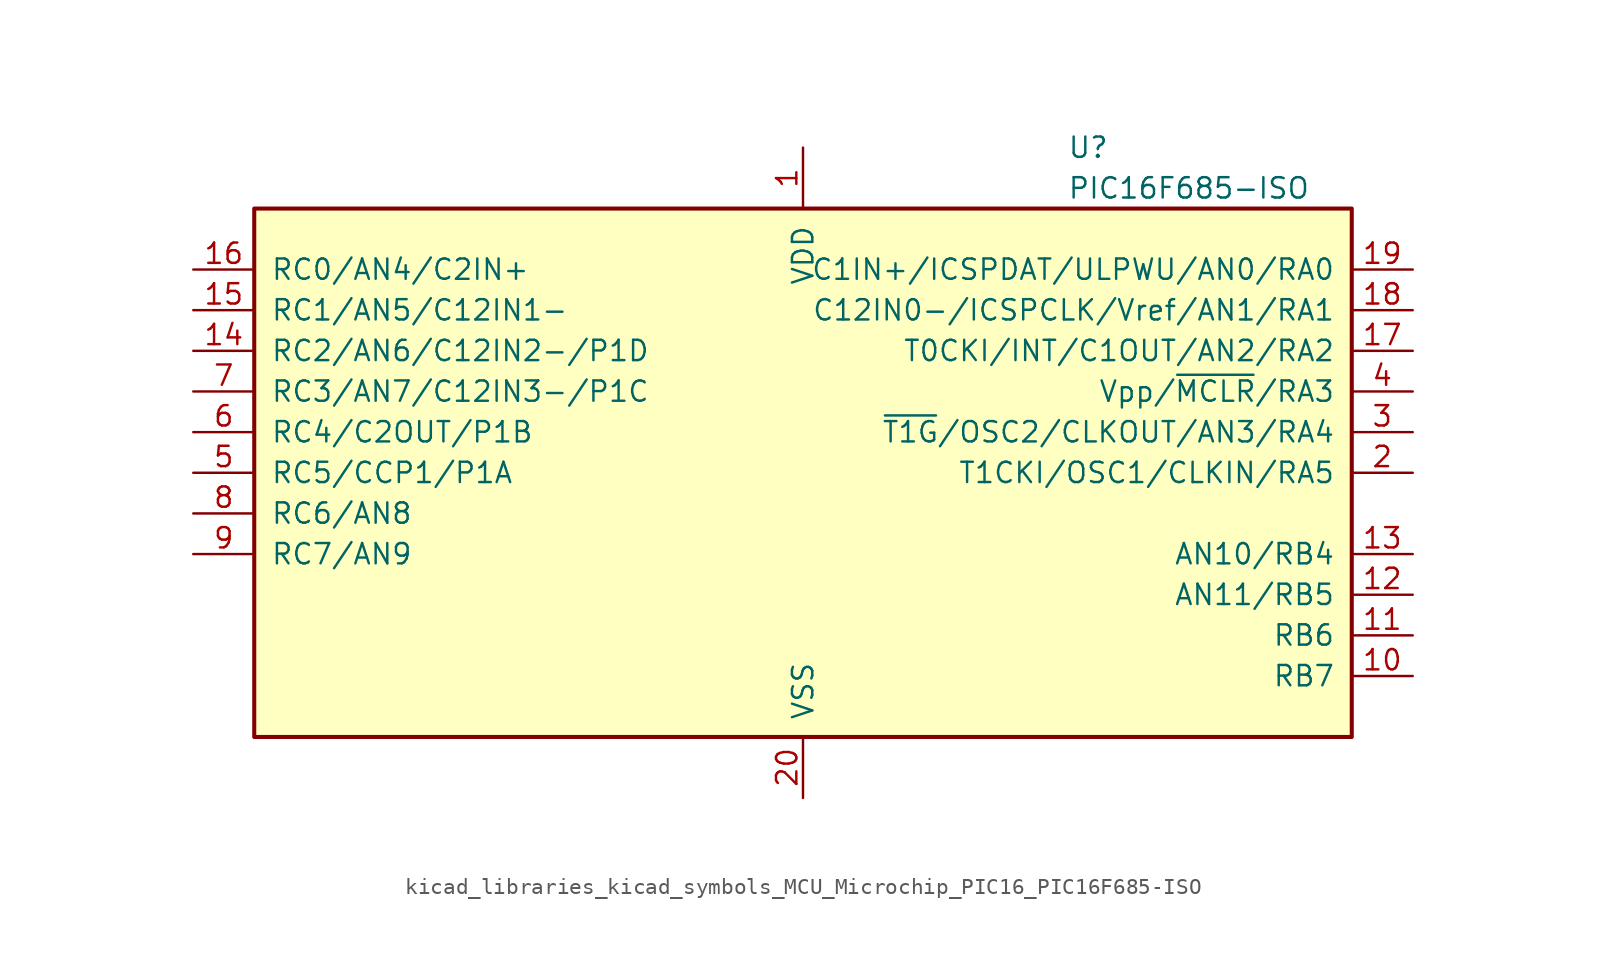
<source format=kicad_sym>
(kicad_symbol_lib
  (version 20220914)
  (generator kicad_symbol_editor)
  (symbol "kicad_libraries_kicad_symbols_MCU_Microchip_PIC16_PIC16F685-ISO"
    (pin_names
      (offset 1.016))
    (property "Reference" "U"
      (at 16.51 20.32 0)
      (effects (font (size 1.27 1.27)) (justify left)))
    (property "Value" "PIC16F685-ISO"
      (at 16.51 17.78 0)
      (effects (font (size 1.27 1.27)) (justify left)))
    (symbol "kicad_libraries_kicad_symbols_MCU_Microchip_PIC16_PIC16F685-ISO_0_1"
      (rectangle (start -34.29 16.51) (end 34.29 -16.51) (stroke (width 0.254) (type default)) (fill (type background))))
    (symbol "kicad_libraries_kicad_symbols_MCU_Microchip_PIC16_PIC16F685-ISO_1_1"
      (pin power_in line (at 0 20.32 270) (length 3.81) (name "VDD" (effects (font (size 1.27 1.27)))) (number "1" (effects (font (size 1.27 1.27)))))
      (pin bidirectional line (at 38.1 -12.7 180) (length 3.81) (name "RB7" (effects (font (size 1.27 1.27)))) (number "10" (effects (font (size 1.27 1.27)))))
      (pin bidirectional line (at 38.1 -10.16 180) (length 3.81) (name "RB6" (effects (font (size 1.27 1.27)))) (number "11" (effects (font (size 1.27 1.27)))))
      (pin bidirectional line (at 38.1 -7.62 180) (length 3.81) (name "AN11/RB5" (effects (font (size 1.27 1.27)))) (number "12" (effects (font (size 1.27 1.27)))))
      (pin bidirectional line (at 38.1 -5.08 180) (length 3.81) (name "AN10/RB4" (effects (font (size 1.27 1.27)))) (number "13" (effects (font (size 1.27 1.27)))))
      (pin bidirectional line (at -38.1 7.62 0) (length 3.81) (name "RC2/AN6/C12IN2-/P1D" (effects (font (size 1.27 1.27)))) (number "14" (effects (font (size 1.27 1.27)))))
      (pin bidirectional line (at -38.1 10.16 0) (length 3.81) (name "RC1/AN5/C12IN1-" (effects (font (size 1.27 1.27)))) (number "15" (effects (font (size 1.27 1.27)))))
      (pin bidirectional line (at -38.1 12.7 0) (length 3.81) (name "RC0/AN4/C2IN+" (effects (font (size 1.27 1.27)))) (number "16" (effects (font (size 1.27 1.27)))))
      (pin bidirectional line (at 38.1 7.62 180) (length 3.81) (name "T0CKI/INT/C1OUT/AN2/RA2" (effects (font (size 1.27 1.27)))) (number "17" (effects (font (size 1.27 1.27)))))
      (pin bidirectional line (at 38.1 10.16 180) (length 3.81) (name "C12IN0-/ICSPCLK/Vref/AN1/RA1" (effects (font (size 1.27 1.27)))) (number "18" (effects (font (size 1.27 1.27)))))
      (pin bidirectional line (at 38.1 12.7 180) (length 3.81) (name "C1IN+/ICSPDAT/ULPWU/AN0/RA0" (effects (font (size 1.27 1.27)))) (number "19" (effects (font (size 1.27 1.27)))))
      (pin bidirectional line (at 38.1 0 180) (length 3.81) (name "T1CKI/OSC1/CLKIN/RA5" (effects (font (size 1.27 1.27)))) (number "2" (effects (font (size 1.27 1.27)))))
      (pin power_in line (at 0 -20.32 90) (length 3.81) (name "VSS" (effects (font (size 1.27 1.27)))) (number "20" (effects (font (size 1.27 1.27)))))
      (pin bidirectional line (at 38.1 2.54 180) (length 3.81) (name "~{T1G}/OSC2/CLKOUT/AN3/RA4" (effects (font (size 1.27 1.27)))) (number "3" (effects (font (size 1.27 1.27)))))
      (pin input line (at 38.1 5.08 180) (length 3.81) (name "Vpp/~{MCLR}/RA3" (effects (font (size 1.27 1.27)))) (number "4" (effects (font (size 1.27 1.27)))))
      (pin bidirectional line (at -38.1 0 0) (length 3.81) (name "RC5/CCP1/P1A" (effects (font (size 1.27 1.27)))) (number "5" (effects (font (size 1.27 1.27)))))
      (pin bidirectional line (at -38.1 2.54 0) (length 3.81) (name "RC4/C2OUT/P1B" (effects (font (size 1.27 1.27)))) (number "6" (effects (font (size 1.27 1.27)))))
      (pin bidirectional line (at -38.1 5.08 0) (length 3.81) (name "RC3/AN7/C12IN3-/P1C" (effects (font (size 1.27 1.27)))) (number "7" (effects (font (size 1.27 1.27)))))
      (pin bidirectional line (at -38.1 -2.54 0) (length 3.81) (name "RC6/AN8" (effects (font (size 1.27 1.27)))) (number "8" (effects (font (size 1.27 1.27)))))
      (pin bidirectional line (at -38.1 -5.08 0) (length 3.81) (name "RC7/AN9" (effects (font (size 1.27 1.27)))) (number "9" (effects (font (size 1.27 1.27))))))))
</source>
